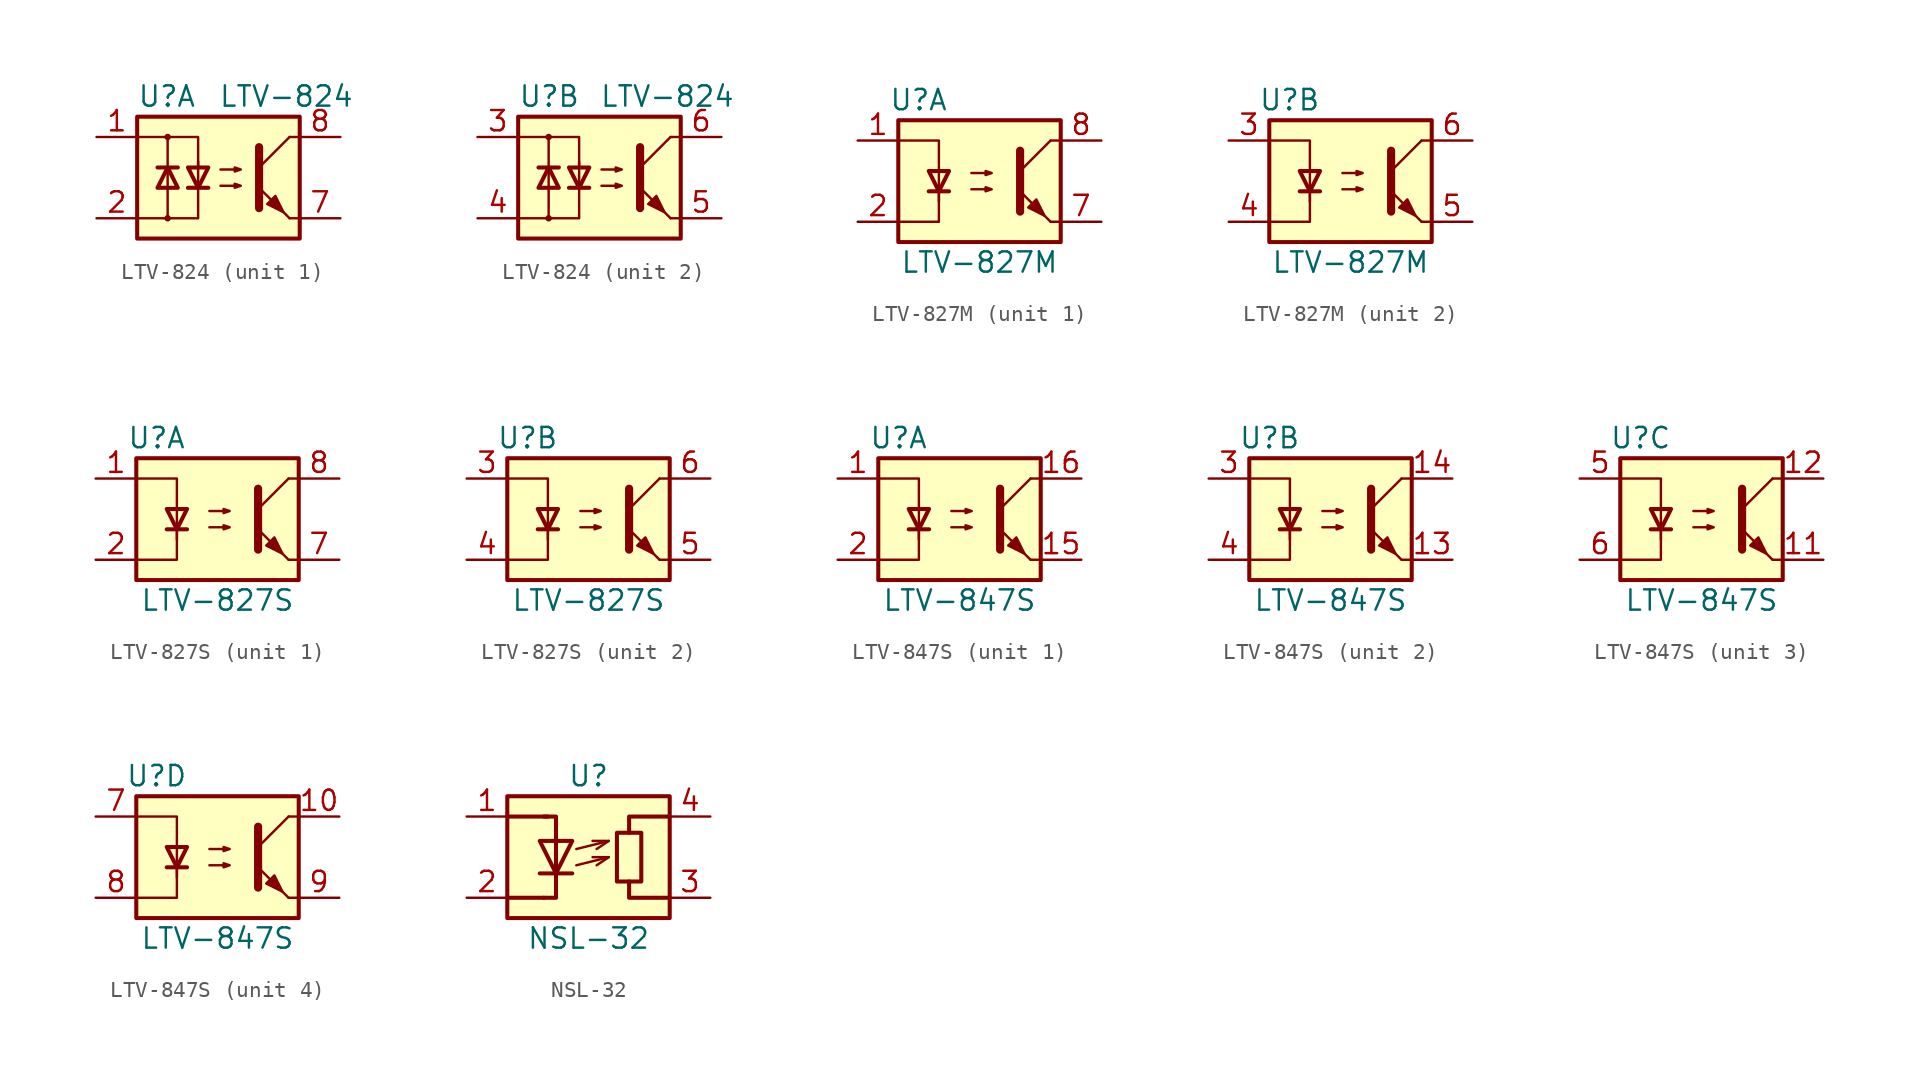
<source format=kicad_sym>
(kicad_symbol_lib
  (version 20201005)
  (generator kicad_symbol_editor)
  (symbol "Isolator_Optocoupler:LTV-824"
    (property "Reference" "U"
      (at -5.08 5.08 0)
      (effects (font (size 1.27 1.27)) (justify left)))
    (property "Value" "LTV-824"
      (at 0 5.08 0)
      (effects (font (size 1.27 1.27)) (justify left)))
    (symbol "LTV-824_0_1"
      (circle (center -3.175 -2.54) (radius 0.127) (stroke (width 0)) (fill (type none)))
      (circle (center -3.175 2.54) (radius 0.127) (stroke (width 0)) (fill (type none)))
      (rectangle (start -5.08 3.81) (end 5.08 -3.81) (stroke (width 0.254)) (fill (type background)))
      (polyline (pts (xy -3.81 0.635) (xy -2.54 0.635)) (stroke (width 0.254)) (fill (type none)))
      (polyline (pts (xy -3.175 0.635) (xy -3.175 -2.54)) (stroke (width 0)) (fill (type none)))
      (polyline (pts (xy -3.175 0.635) (xy -3.175 2.54)) (stroke (width 0)) (fill (type none)))
      (polyline (pts (xy -1.905 -0.635) (xy -0.635 -0.635)) (stroke (width 0.254)) (fill (type none)))
      (polyline (pts (xy 2.54 0.635) (xy 4.445 2.54)) (stroke (width 0)) (fill (type none)))
      (polyline (pts (xy 4.445 -2.54) (xy 5.08 -2.54)) (stroke (width 0)) (fill (type none)))
      (polyline (pts (xy 4.445 2.54) (xy 5.08 2.54)) (stroke (width 0)) (fill (type none)))
      (polyline (pts (xy -5.08 2.54) (xy -1.27 2.54) (xy -1.27 0.635)) (stroke (width 0)) (fill (type none)))
      (polyline (pts (xy -1.27 1.016) (xy -1.27 -2.54) (xy -5.08 -2.54)) (stroke (width 0)) (fill (type none)))
      (polyline (pts (xy 2.54 1.905) (xy 2.54 -1.905) (xy 2.54 -1.905)) (stroke (width 0.508)) (fill (type none)))
      (polyline (pts (xy -3.175 0.635) (xy -3.81 -0.635) (xy -2.54 -0.635) (xy -3.175 0.635)) (stroke (width 0.254)) (fill (type none)))
      (polyline (pts (xy -1.27 -0.635) (xy -1.905 0.635) (xy -0.635 0.635) (xy -1.27 -0.635)) (stroke (width 0.254)) (fill (type none)))
      (polyline (pts (xy 0.127 -0.508) (xy 1.397 -0.508) (xy 1.016 -0.635) (xy 1.016 -0.381) (xy 1.397 -0.508)) (stroke (width 0)) (fill (type none)))
      (polyline (pts (xy 0.127 0.508) (xy 1.397 0.508) (xy 1.016 0.381) (xy 1.016 0.635) (xy 1.397 0.508)) (stroke (width 0)) (fill (type none)))
      (polyline (pts (xy 4.445 -2.54) (xy 2.54 -0.635)) (stroke (width 0)) (fill (type outline)))
      (polyline (pts (xy 3.048 -1.651) (xy 3.556 -1.143) (xy 4.064 -2.159) (xy 3.048 -1.651) (xy 3.048 -1.651)) (stroke (width 0)) (fill (type outline))))
    (symbol "LTV-824_1_1"
      (pin passive line (at -7.62 2.54 0) (length 2.54) (name "~" (effects (font (size 1.27 1.27)))) (number "1" (effects (font (size 1.27 1.27)))))
      (pin passive line (at -7.62 -2.54 0) (length 2.54) (name "~" (effects (font (size 1.27 1.27)))) (number "2" (effects (font (size 1.27 1.27)))))
      (pin passive line (at 7.62 -2.54 180) (length 2.54) (name "~" (effects (font (size 1.27 1.27)))) (number "7" (effects (font (size 1.27 1.27)))))
      (pin passive line (at 7.62 2.54 180) (length 2.54) (name "~" (effects (font (size 1.27 1.27)))) (number "8" (effects (font (size 1.27 1.27))))))
    (symbol "LTV-824_2_1"
      (pin passive line (at -7.62 2.54 0) (length 2.54) (name "~" (effects (font (size 1.27 1.27)))) (number "3" (effects (font (size 1.27 1.27)))))
      (pin passive line (at -7.62 -2.54 0) (length 2.54) (name "~" (effects (font (size 1.27 1.27)))) (number "4" (effects (font (size 1.27 1.27)))))
      (pin passive line (at 7.62 -2.54 180) (length 2.54) (name "~" (effects (font (size 1.27 1.27)))) (number "5" (effects (font (size 1.27 1.27)))))
      (pin passive line (at 7.62 2.54 180) (length 2.54) (name "~" (effects (font (size 1.27 1.27)))) (number "6" (effects (font (size 1.27 1.27)))))))
  (symbol "Isolator_Optocoupler:LTV-827M"
    (pin_names
      (offset 1.016))
    (property "Reference" "U"
      (at -3.81 5.08 0)
      (effects (font (size 1.27 1.27))))
    (property "Value" "LTV-827M"
      (at 0 -5.08 0)
      (effects (font (size 1.27 1.27))))
    (symbol "LTV-827M_0_1"
      (rectangle (start -5.08 3.81) (end 5.08 -3.81) (stroke (width 0.254)) (fill (type background)))
      (polyline (pts (xy -3.175 -0.635) (xy -1.905 -0.635)) (stroke (width 0.254)) (fill (type none)))
      (polyline (pts (xy 2.54 0.635) (xy 4.445 2.54)) (stroke (width 0)) (fill (type none)))
      (polyline (pts (xy 4.445 -2.54) (xy 5.08 -2.54)) (stroke (width 0)) (fill (type none)))
      (polyline (pts (xy 4.445 2.54) (xy 5.08 2.54)) (stroke (width 0)) (fill (type none)))
      (polyline (pts (xy -2.54 -0.635) (xy -2.54 -2.54) (xy -5.08 -2.54)) (stroke (width 0)) (fill (type none)))
      (polyline (pts (xy 2.54 1.905) (xy 2.54 -1.905) (xy 2.54 -1.905)) (stroke (width 0.508)) (fill (type none)))
      (polyline (pts (xy -5.08 2.54) (xy -2.54 2.54) (xy -2.54 -1.27) (xy -2.54 0.635)) (stroke (width 0)) (fill (type none)))
      (polyline (pts (xy -2.54 -0.635) (xy -3.175 0.635) (xy -1.905 0.635) (xy -2.54 -0.635)) (stroke (width 0.254)) (fill (type none)))
      (polyline (pts (xy -0.508 -0.508) (xy 0.762 -0.508) (xy 0.381 -0.635) (xy 0.381 -0.381) (xy 0.762 -0.508)) (stroke (width 0)) (fill (type none)))
      (polyline (pts (xy -0.508 0.508) (xy 0.762 0.508) (xy 0.381 0.381) (xy 0.381 0.635) (xy 0.762 0.508)) (stroke (width 0)) (fill (type none)))
      (polyline (pts (xy 4.445 -2.54) (xy 2.54 -0.635)) (stroke (width 0)) (fill (type outline)))
      (polyline (pts (xy 3.048 -1.651) (xy 3.556 -1.143) (xy 4.064 -2.159) (xy 3.048 -1.651) (xy 3.048 -1.651)) (stroke (width 0)) (fill (type outline))))
    (symbol "LTV-827M_1_1"
      (pin passive line (at -7.62 2.54 0) (length 2.54) (name "~" (effects (font (size 1.27 1.27)))) (number "1" (effects (font (size 1.27 1.27)))))
      (pin passive line (at -7.62 -2.54 0) (length 2.54) (name "~" (effects (font (size 1.27 1.27)))) (number "2" (effects (font (size 1.27 1.27)))))
      (pin passive line (at 7.62 -2.54 180) (length 2.54) (name "~" (effects (font (size 1.27 1.27)))) (number "7" (effects (font (size 1.27 1.27)))))
      (pin passive line (at 7.62 2.54 180) (length 2.54) (name "~" (effects (font (size 1.27 1.27)))) (number "8" (effects (font (size 1.27 1.27))))))
    (symbol "LTV-827M_2_1"
      (pin passive line (at -7.62 2.54 0) (length 2.54) (name "~" (effects (font (size 1.27 1.27)))) (number "3" (effects (font (size 1.27 1.27)))))
      (pin passive line (at -7.62 -2.54 0) (length 2.54) (name "~" (effects (font (size 1.27 1.27)))) (number "4" (effects (font (size 1.27 1.27)))))
      (pin passive line (at 7.62 -2.54 180) (length 2.54) (name "~" (effects (font (size 1.27 1.27)))) (number "5" (effects (font (size 1.27 1.27)))))
      (pin passive line (at 7.62 2.54 180) (length 2.54) (name "~" (effects (font (size 1.27 1.27)))) (number "6" (effects (font (size 1.27 1.27)))))))
  (symbol "Isolator_Optocoupler:LTV-827S"
    (property "Reference" "U"
      (at -3.81 5.08 0)
      (effects (font (size 1.27 1.27))))
    (property "Value" "LTV-827S"
      (at 0 -5.08 0)
      (effects (font (size 1.27 1.27))))
    (symbol "LTV-827S_0_1"
      (rectangle (start -5.08 3.81) (end 5.08 -3.81) (stroke (width 0.254)) (fill (type background)))
      (polyline (pts (xy -3.175 -0.635) (xy -1.905 -0.635)) (stroke (width 0.254)) (fill (type none)))
      (polyline (pts (xy 2.54 0.635) (xy 4.445 2.54)) (stroke (width 0)) (fill (type none)))
      (polyline (pts (xy 4.445 -2.54) (xy 5.08 -2.54)) (stroke (width 0)) (fill (type none)))
      (polyline (pts (xy 4.445 2.54) (xy 5.08 2.54)) (stroke (width 0)) (fill (type none)))
      (polyline (pts (xy -2.54 -0.635) (xy -2.54 -2.54) (xy -5.08 -2.54)) (stroke (width 0)) (fill (type none)))
      (polyline (pts (xy 2.54 1.905) (xy 2.54 -1.905) (xy 2.54 -1.905)) (stroke (width 0.508)) (fill (type none)))
      (polyline (pts (xy -5.08 2.54) (xy -2.54 2.54) (xy -2.54 -1.27) (xy -2.54 0.635)) (stroke (width 0)) (fill (type none)))
      (polyline (pts (xy -2.54 -0.635) (xy -3.175 0.635) (xy -1.905 0.635) (xy -2.54 -0.635)) (stroke (width 0.254)) (fill (type none)))
      (polyline (pts (xy -0.508 -0.508) (xy 0.762 -0.508) (xy 0.381 -0.635) (xy 0.381 -0.381) (xy 0.762 -0.508)) (stroke (width 0)) (fill (type none)))
      (polyline (pts (xy -0.508 0.508) (xy 0.762 0.508) (xy 0.381 0.381) (xy 0.381 0.635) (xy 0.762 0.508)) (stroke (width 0)) (fill (type none)))
      (polyline (pts (xy 4.445 -2.54) (xy 2.54 -0.635)) (stroke (width 0)) (fill (type outline)))
      (polyline (pts (xy 3.048 -1.651) (xy 3.556 -1.143) (xy 4.064 -2.159) (xy 3.048 -1.651) (xy 3.048 -1.651)) (stroke (width 0)) (fill (type outline))))
    (symbol "LTV-827S_1_1"
      (pin passive line (at -7.62 2.54 0) (length 2.54) (name "~" (effects (font (size 1.27 1.27)))) (number "1" (effects (font (size 1.27 1.27)))))
      (pin passive line (at -7.62 -2.54 0) (length 2.54) (name "~" (effects (font (size 1.27 1.27)))) (number "2" (effects (font (size 1.27 1.27)))))
      (pin passive line (at 7.62 -2.54 180) (length 2.54) (name "~" (effects (font (size 1.27 1.27)))) (number "7" (effects (font (size 1.27 1.27)))))
      (pin passive line (at 7.62 2.54 180) (length 2.54) (name "~" (effects (font (size 1.27 1.27)))) (number "8" (effects (font (size 1.27 1.27))))))
    (symbol "LTV-827S_2_1"
      (pin passive line (at -7.62 2.54 0) (length 2.54) (name "~" (effects (font (size 1.27 1.27)))) (number "3" (effects (font (size 1.27 1.27)))))
      (pin passive line (at -7.62 -2.54 0) (length 2.54) (name "~" (effects (font (size 1.27 1.27)))) (number "4" (effects (font (size 1.27 1.27)))))
      (pin passive line (at 7.62 -2.54 180) (length 2.54) (name "~" (effects (font (size 1.27 1.27)))) (number "5" (effects (font (size 1.27 1.27)))))
      (pin passive line (at 7.62 2.54 180) (length 2.54) (name "~" (effects (font (size 1.27 1.27)))) (number "6" (effects (font (size 1.27 1.27)))))))
  (symbol "Isolator_Optocoupler:LTV-847S"
    (pin_names
      (offset 1.016))
    (property "Reference" "U"
      (at -3.81 5.08 0)
      (effects (font (size 1.27 1.27))))
    (property "Value" "LTV-847S"
      (at 0 -5.08 0)
      (effects (font (size 1.27 1.27))))
    (symbol "LTV-847S_0_1"
      (rectangle (start -5.08 3.81) (end 5.08 -3.81) (stroke (width 0.254)) (fill (type background)))
      (polyline (pts (xy -3.175 -0.635) (xy -1.905 -0.635)) (stroke (width 0.254)) (fill (type none)))
      (polyline (pts (xy 2.54 0.635) (xy 4.445 2.54)) (stroke (width 0)) (fill (type none)))
      (polyline (pts (xy 4.445 -2.54) (xy 5.08 -2.54)) (stroke (width 0)) (fill (type none)))
      (polyline (pts (xy 4.445 2.54) (xy 5.08 2.54)) (stroke (width 0)) (fill (type none)))
      (polyline (pts (xy -2.54 -0.635) (xy -2.54 -2.54) (xy -5.08 -2.54)) (stroke (width 0)) (fill (type none)))
      (polyline (pts (xy 2.54 1.905) (xy 2.54 -1.905) (xy 2.54 -1.905)) (stroke (width 0.508)) (fill (type none)))
      (polyline (pts (xy -5.08 2.54) (xy -2.54 2.54) (xy -2.54 -1.27) (xy -2.54 0.635)) (stroke (width 0)) (fill (type none)))
      (polyline (pts (xy -2.54 -0.635) (xy -3.175 0.635) (xy -1.905 0.635) (xy -2.54 -0.635)) (stroke (width 0.254)) (fill (type none)))
      (polyline (pts (xy -0.508 -0.508) (xy 0.762 -0.508) (xy 0.381 -0.635) (xy 0.381 -0.381) (xy 0.762 -0.508)) (stroke (width 0)) (fill (type none)))
      (polyline (pts (xy -0.508 0.508) (xy 0.762 0.508) (xy 0.381 0.381) (xy 0.381 0.635) (xy 0.762 0.508)) (stroke (width 0)) (fill (type none)))
      (polyline (pts (xy 4.445 -2.54) (xy 2.54 -0.635)) (stroke (width 0)) (fill (type outline)))
      (polyline (pts (xy 3.048 -1.651) (xy 3.556 -1.143) (xy 4.064 -2.159) (xy 3.048 -1.651) (xy 3.048 -1.651)) (stroke (width 0)) (fill (type outline))))
    (symbol "LTV-847S_1_1"
      (pin passive line (at -7.62 2.54 0) (length 2.54) (name "~" (effects (font (size 1.27 1.27)))) (number "1" (effects (font (size 1.27 1.27)))))
      (pin passive line (at 7.62 -2.54 180) (length 2.54) (name "~" (effects (font (size 1.27 1.27)))) (number "15" (effects (font (size 1.27 1.27)))))
      (pin passive line (at 7.62 2.54 180) (length 2.54) (name "~" (effects (font (size 1.27 1.27)))) (number "16" (effects (font (size 1.27 1.27)))))
      (pin passive line (at -7.62 -2.54 0) (length 2.54) (name "~" (effects (font (size 1.27 1.27)))) (number "2" (effects (font (size 1.27 1.27))))))
    (symbol "LTV-847S_2_1"
      (pin passive line (at 7.62 -2.54 180) (length 2.54) (name "~" (effects (font (size 1.27 1.27)))) (number "13" (effects (font (size 1.27 1.27)))))
      (pin passive line (at 7.62 2.54 180) (length 2.54) (name "~" (effects (font (size 1.27 1.27)))) (number "14" (effects (font (size 1.27 1.27)))))
      (pin passive line (at -7.62 2.54 0) (length 2.54) (name "~" (effects (font (size 1.27 1.27)))) (number "3" (effects (font (size 1.27 1.27)))))
      (pin passive line (at -7.62 -2.54 0) (length 2.54) (name "~" (effects (font (size 1.27 1.27)))) (number "4" (effects (font (size 1.27 1.27))))))
    (symbol "LTV-847S_3_1"
      (pin passive line (at 7.62 -2.54 180) (length 2.54) (name "~" (effects (font (size 1.27 1.27)))) (number "11" (effects (font (size 1.27 1.27)))))
      (pin passive line (at 7.62 2.54 180) (length 2.54) (name "~" (effects (font (size 1.27 1.27)))) (number "12" (effects (font (size 1.27 1.27)))))
      (pin passive line (at -7.62 2.54 0) (length 2.54) (name "~" (effects (font (size 1.27 1.27)))) (number "5" (effects (font (size 1.27 1.27)))))
      (pin passive line (at -7.62 -2.54 0) (length 2.54) (name "~" (effects (font (size 1.27 1.27)))) (number "6" (effects (font (size 1.27 1.27))))))
    (symbol "LTV-847S_4_1"
      (pin passive line (at 7.62 2.54 180) (length 2.54) (name "~" (effects (font (size 1.27 1.27)))) (number "10" (effects (font (size 1.27 1.27)))))
      (pin passive line (at -7.62 2.54 0) (length 2.54) (name "~" (effects (font (size 1.27 1.27)))) (number "7" (effects (font (size 1.27 1.27)))))
      (pin passive line (at -7.62 -2.54 0) (length 2.54) (name "~" (effects (font (size 1.27 1.27)))) (number "8" (effects (font (size 1.27 1.27)))))
      (pin passive line (at 7.62 -2.54 180) (length 2.54) (name "~" (effects (font (size 1.27 1.27)))) (number "9" (effects (font (size 1.27 1.27)))))))
  (symbol "Isolator_Optocoupler:NSL-32"
    (pin_names hide)
    (property "Reference" "U"
      (at 0 5.08 0)
      (effects (font (size 1.27 1.27))))
    (property "Value" "NSL-32"
      (at 0 -5.08 0)
      (effects (font (size 1.27 1.27))))
    (symbol "NSL-32_0_1"
      (rectangle (start 1.778 1.524) (end 3.302 -1.524) (stroke (width 0.254)) (fill (type none)))
      (rectangle (start -5.08 3.81) (end 5.08 -3.81) (stroke (width 0.254)) (fill (type background)))
      (polyline (pts (xy -5.08 2.54) (xy -2.54 2.54)) (stroke (width 0.254)) (fill (type none)))
      (polyline (pts (xy -2.794 -2.54) (xy -5.08 -2.54)) (stroke (width 0.254)) (fill (type none)))
      (polyline (pts (xy -1.016 -1.016) (xy -3.048 -1.016) (xy -3.048 -1.016)) (stroke (width 0.254)) (fill (type none)))
      (polyline (pts (xy -0.762 -0.508) (xy 1.27 0) (xy 1.27 0)) (stroke (width 0)) (fill (type none)))
      (polyline (pts (xy -0.762 0.508) (xy 1.27 1.016) (xy 1.27 1.016)) (stroke (width 0)) (fill (type none)))
      (polyline (pts (xy 2.54 -1.524) (xy 2.54 -2.54) (xy 5.08 -2.54)) (stroke (width 0.254)) (fill (type none)))
      (polyline (pts (xy 2.54 1.524) (xy 2.54 2.54) (xy 5.08 2.54)) (stroke (width 0.254)) (fill (type none)))
      (polyline (pts (xy -2.794 -2.54) (xy -2.032 -2.54) (xy -2.032 2.54) (xy -2.794 2.54)) (stroke (width 0.254)) (fill (type none)))
      (polyline (pts (xy 0.254 0) (xy 1.27 0) (xy 0.508 -0.508) (xy 0.508 -0.508)) (stroke (width 0)) (fill (type none)))
      (polyline (pts (xy 0.254 1.016) (xy 1.27 1.016) (xy 0.508 0.508) (xy 0.508 0.508)) (stroke (width 0)) (fill (type none)))
      (polyline (pts (xy -1.016 1.016) (xy -3.048 1.016) (xy -2.032 -1.016) (xy -1.016 1.016) (xy -1.016 1.016) (xy -1.016 1.016)) (stroke (width 0.254)) (fill (type none))))
    (symbol "NSL-32_1_1"
      (pin passive line (at -7.62 2.54 0) (length 2.54) (name "A" (effects (font (size 1.27 1.27)))) (number "1" (effects (font (size 1.27 1.27)))))
      (pin passive line (at -7.62 -2.54 0) (length 2.54) (name "K" (effects (font (size 1.27 1.27)))) (number "2" (effects (font (size 1.27 1.27)))))
      (pin passive line (at 7.62 -2.54 180) (length 2.54) (name "R" (effects (font (size 1.27 1.27)))) (number "3" (effects (font (size 1.27 1.27)))))
      (pin passive line (at 7.62 2.54 180) (length 2.54) (name "R" (effects (font (size 1.27 1.27)))) (number "4" (effects (font (size 1.27 1.27))))))))
</source>
